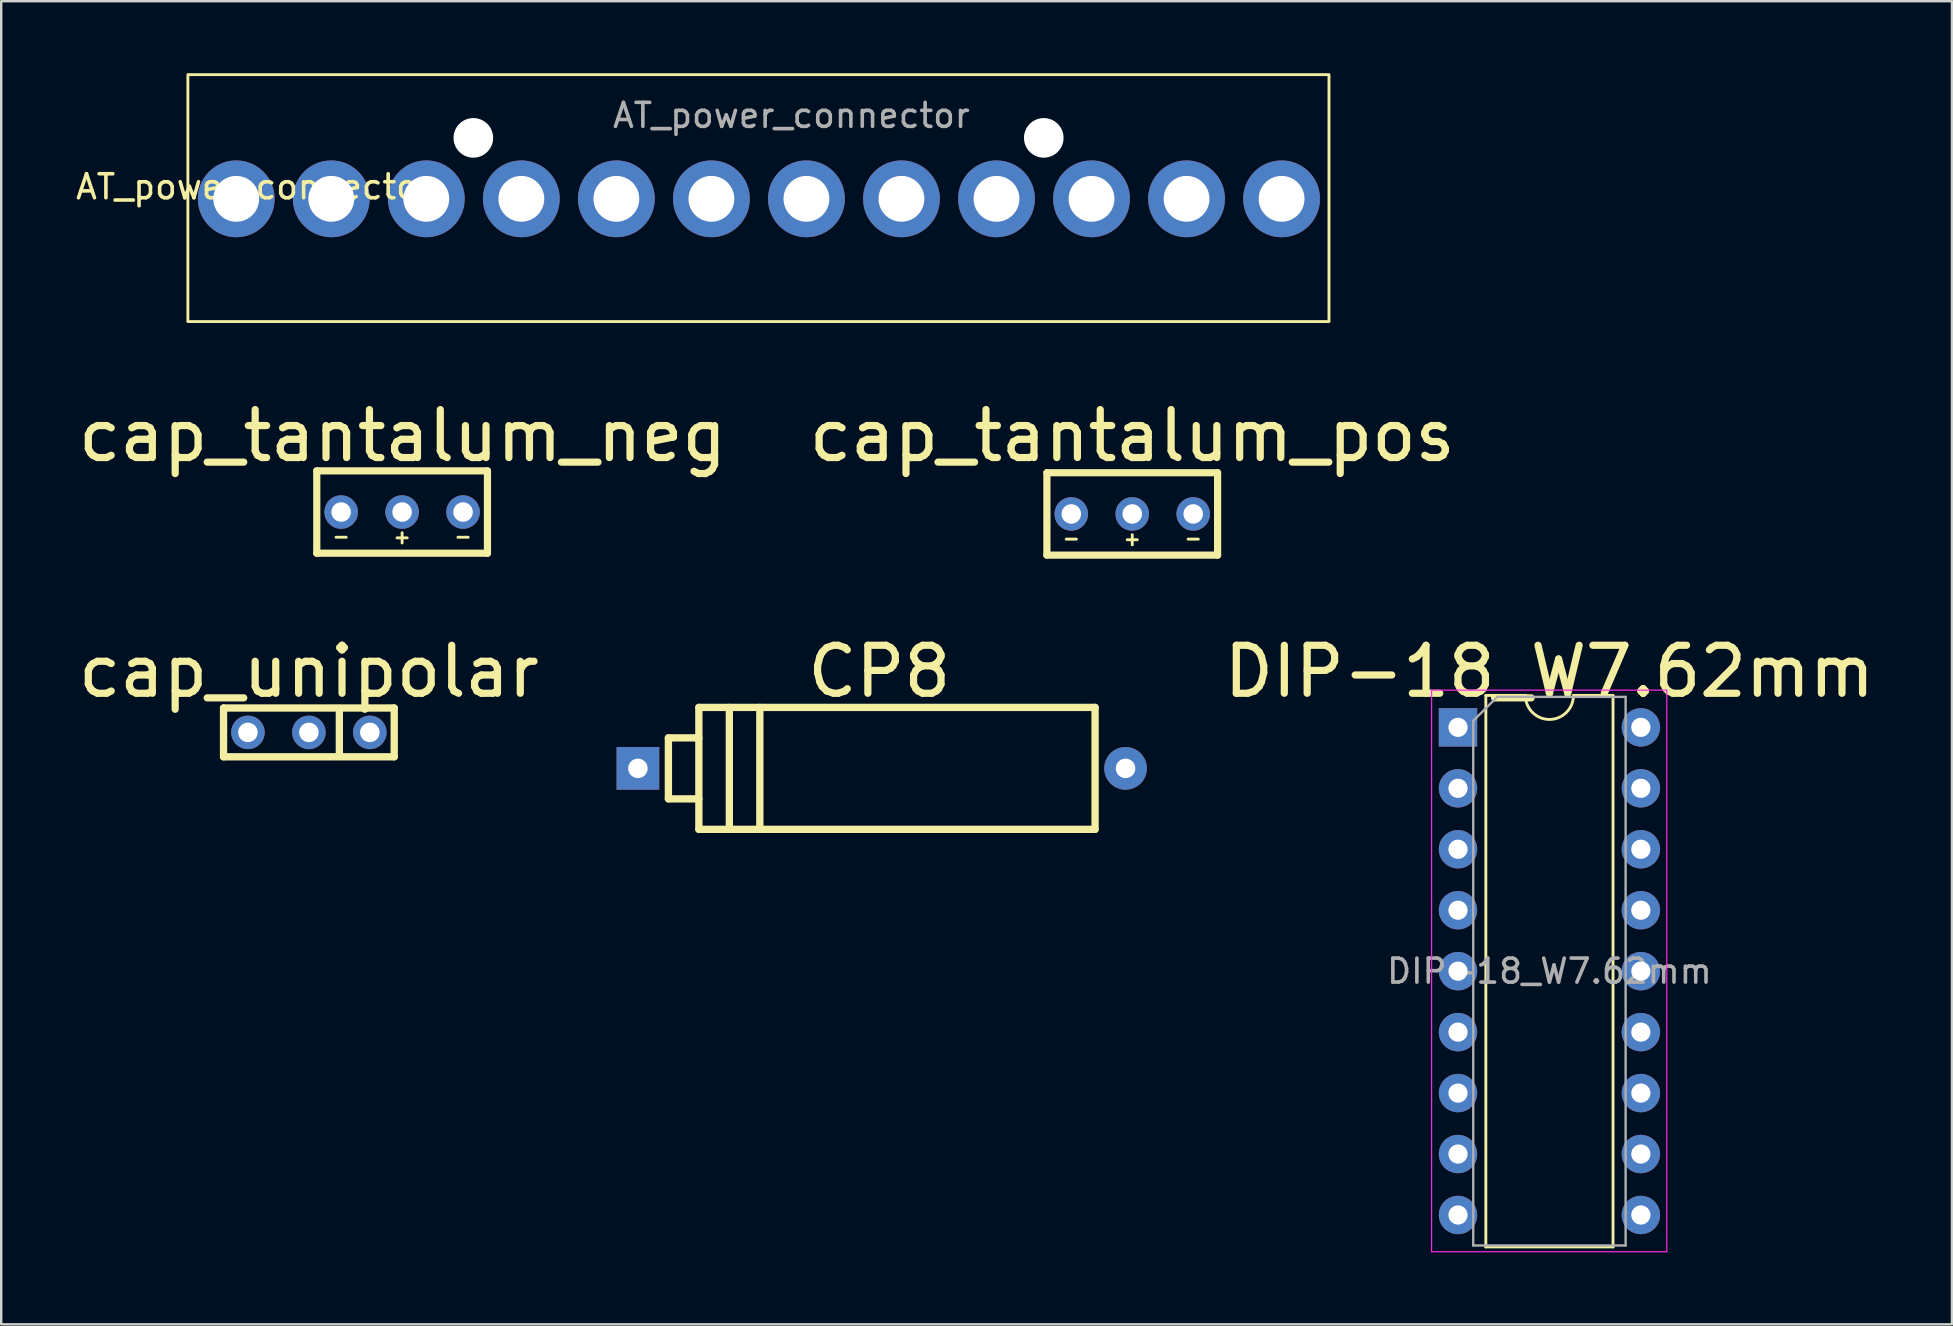
<source format=kicad_pcb>
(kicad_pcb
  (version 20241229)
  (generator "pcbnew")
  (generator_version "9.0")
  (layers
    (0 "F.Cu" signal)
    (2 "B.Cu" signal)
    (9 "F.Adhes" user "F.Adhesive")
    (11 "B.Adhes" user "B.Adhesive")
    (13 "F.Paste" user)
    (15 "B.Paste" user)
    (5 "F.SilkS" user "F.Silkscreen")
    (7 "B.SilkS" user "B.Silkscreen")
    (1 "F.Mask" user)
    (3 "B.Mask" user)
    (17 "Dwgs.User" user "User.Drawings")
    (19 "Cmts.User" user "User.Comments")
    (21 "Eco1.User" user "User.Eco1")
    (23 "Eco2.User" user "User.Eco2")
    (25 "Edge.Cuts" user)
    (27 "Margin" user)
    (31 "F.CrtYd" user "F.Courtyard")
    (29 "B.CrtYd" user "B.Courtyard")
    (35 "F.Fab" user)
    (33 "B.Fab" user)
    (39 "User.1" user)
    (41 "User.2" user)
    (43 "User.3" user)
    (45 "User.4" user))
  (footprint "cap_unipolar"
    (layer "F.Cu")
    (at 9.821 27.469)
    (property "Reference" "cap_unipolar" (at 0 -2.54 180) (layer "F.SilkS") (effects (font (size 2 2) (thickness 0.3))))
    (attr through_hole)
    (fp_line (start -3.556 -1.016) (end 3.556 -1.016) (stroke (width 0.305) (type solid)) (layer "F.SilkS"))
    (fp_line (start -3.556 1.016) (end -3.556 -1.016) (stroke (width 0.305) (type solid)) (layer "F.SilkS"))
    (fp_line (start 1.27 1) (end 1.27 -1) (stroke (width 0.305) (type default)) (layer "F.SilkS"))
    (fp_line (start 3.556 -1.016) (end 3.556 1.016) (stroke (width 0.305) (type solid)) (layer "F.SilkS"))
    (fp_line (start 3.556 1.016) (end -3.556 1.016) (stroke (width 0.305) (type solid)) (layer "F.SilkS"))
    (pad "1" thru_hole circle (at -2.54 0 180) (size 1.397 1.397) (drill 0.813) (layers "*.Cu" "*.Mask"))
    (pad "2" thru_hole circle (at 0 0 180) (size 1.397 1.397) (drill 0.813) (layers "*.Cu" "*.Mask"))
    (pad "2" thru_hole circle (at 2.54 0 180) (size 1.397 1.397) (drill 0.813) (layers "*.Cu" "*.Mask")))
  (footprint "DIP-18_W7.62mm"
    (layer "F.Cu")
    (at 57.705 27.259)
    (property "Reference" "DIP-18_W7.62mm" (at 3.81 -2.33 0) (layer "F.SilkS") (effects (font (size 2 2) (thickness 0.3))))
    (attr through_hole)
    (fp_line (start 1.16 -1.33) (end 1.16 21.65) (stroke (width 0.12) (type solid)) (layer "F.SilkS"))
    (fp_line (start 1.16 21.65) (end 6.46 21.65) (stroke (width 0.12) (type solid)) (layer "F.SilkS"))
    (fp_line (start 2.81 -1.33) (end 1.16 -1.33) (stroke (width 0.12) (type solid)) (layer "F.SilkS"))
    (fp_line (start 6.46 -1.33) (end 4.81 -1.33) (stroke (width 0.12) (type solid)) (layer "F.SilkS"))
    (fp_line (start 6.46 21.65) (end 6.46 -1.33) (stroke (width 0.12) (type solid)) (layer "F.SilkS"))
    (fp_arc (start 4.81 -1.33) (mid 3.81 -0.33) (end 2.81 -1.33) (stroke (width 0.12) (type solid)) (layer "F.SilkS"))
    (fp_line (start -1.1 -1.55) (end -1.1 21.85) (stroke (width 0.05) (type solid)) (layer "F.CrtYd"))
    (fp_line (start -1.1 21.85) (end 8.7 21.85) (stroke (width 0.05) (type solid)) (layer "F.CrtYd"))
    (fp_line (start 8.7 -1.55) (end -1.1 -1.55) (stroke (width 0.05) (type solid)) (layer "F.CrtYd"))
    (fp_line (start 8.7 21.85) (end 8.7 -1.55) (stroke (width 0.05) (type solid)) (layer "F.CrtYd"))
    (fp_line (start 0.635 -0.27) (end 1.635 -1.27) (stroke (width 0.1) (type solid)) (layer "F.Fab"))
    (fp_line (start 0.635 21.59) (end 0.635 -0.27) (stroke (width 0.1) (type solid)) (layer "F.Fab"))
    (fp_line (start 1.635 -1.27) (end 6.985 -1.27) (stroke (width 0.1) (type solid)) (layer "F.Fab"))
    (fp_line (start 6.985 -1.27) (end 6.985 21.59) (stroke (width 0.1) (type solid)) (layer "F.Fab"))
    (fp_line (start 6.985 21.59) (end 0.635 21.59) (stroke (width 0.1) (type solid)) (layer "F.Fab"))
    (fp_text user "${REFERENCE}" (at 3.81 10.16 0) (layer "F.Fab") (effects (font (size 1 1) (thickness 0.15))))
    (pad "1" thru_hole rect (at 0 0) (size 1.6 1.6) (drill 0.8) (layers "*.Cu" "*.Mask"))
    (pad "2" thru_hole oval (at 0 2.54) (size 1.6 1.6) (drill 0.8) (layers "*.Cu" "*.Mask"))
    (pad "3" thru_hole oval (at 0 5.08) (size 1.6 1.6) (drill 0.8) (layers "*.Cu" "*.Mask"))
    (pad "4" thru_hole oval (at 0 7.62) (size 1.6 1.6) (drill 0.8) (layers "*.Cu" "*.Mask"))
    (pad "5" thru_hole oval (at 0 10.16) (size 1.6 1.6) (drill 0.8) (layers "*.Cu" "*.Mask"))
    (pad "6" thru_hole oval (at 0 12.7) (size 1.6 1.6) (drill 0.8) (layers "*.Cu" "*.Mask"))
    (pad "7" thru_hole oval (at 0 15.24) (size 1.6 1.6) (drill 0.8) (layers "*.Cu" "*.Mask"))
    (pad "8" thru_hole oval (at 0 17.78) (size 1.6 1.6) (drill 0.8) (layers "*.Cu" "*.Mask"))
    (pad "9" thru_hole oval (at 0 20.32) (size 1.6 1.6) (drill 0.8) (layers "*.Cu" "*.Mask"))
    (pad "10" thru_hole oval (at 7.62 20.32) (size 1.6 1.6) (drill 0.8) (layers "*.Cu" "*.Mask"))
    (pad "11" thru_hole oval (at 7.62 17.78) (size 1.6 1.6) (drill 0.8) (layers "*.Cu" "*.Mask"))
    (pad "12" thru_hole oval (at 7.62 15.24) (size 1.6 1.6) (drill 0.8) (layers "*.Cu" "*.Mask"))
    (pad "13" thru_hole oval (at 7.62 12.7) (size 1.6 1.6) (drill 0.8) (layers "*.Cu" "*.Mask"))
    (pad "14" thru_hole oval (at 7.62 10.16) (size 1.6 1.6) (drill 0.8) (layers "*.Cu" "*.Mask"))
    (pad "15" thru_hole oval (at 7.62 7.62) (size 1.6 1.6) (drill 0.8) (layers "*.Cu" "*.Mask"))
    (pad "16" thru_hole oval (at 7.62 5.08) (size 1.6 1.6) (drill 0.8) (layers "*.Cu" "*.Mask"))
    (pad "17" thru_hole oval (at 7.62 2.54) (size 1.6 1.6) (drill 0.8) (layers "*.Cu" "*.Mask"))
    (pad "18" thru_hole oval (at 7.62 0) (size 1.6 1.6) (drill 0.8) (layers "*.Cu" "*.Mask")))
  (footprint "AT_power_connector"
    (layer "F.Cu")
    (at 7.554 5.235)
    (property "Reference" "AT_power_connector" (at 0 -0.5 0) (unlocked yes) (layer "F.SilkS") (effects (font (size 1 1) (thickness 0.15))))
    (attr through_hole)
    (fp_rect (start 44.775 5.115) (end -2.775 -5.175) (stroke (width 0.12) (type default)) (fill no) (layer "F.SilkS"))
    (fp_text user "${REFERENCE}" (at 22.375 -3.475 0) (unlocked yes) (layer "F.Fab") (effects (font (size 1 1) (thickness 0.15))))
    (pad "" np_thru_hole circle (at 9.12 -2.54) (size 1.65 1.65) (drill 1.65) (layers "*.Cu" "*.Mask"))
    (pad "" np_thru_hole circle (at 32.89 -2.54) (size 1.65 1.65) (drill 1.65) (layers "*.Cu" "*.Mask"))
    (pad "1" thru_hole circle (at -0.76 0) (size 3.2 3.2) (drill 1.91) (layers "*.Cu" "*.Mask"))
    (pad "2" thru_hole circle (at 3.2 0) (size 3.2 3.2) (drill 1.91) (layers "*.Cu" "*.Mask"))
    (pad "3" thru_hole circle (at 7.16 0) (size 3.2 3.2) (drill 1.91) (layers "*.Cu" "*.Mask"))
    (pad "4" thru_hole circle (at 11.12 0) (size 3.2 3.2) (drill 1.91) (layers "*.Cu" "*.Mask"))
    (pad "5" thru_hole circle (at 15.08 0) (size 3.2 3.2) (drill 1.91) (layers "*.Cu" "*.Mask"))
    (pad "6" thru_hole circle (at 19.04 0) (size 3.2 3.2) (drill 1.91) (layers "*.Cu" "*.Mask"))
    (pad "7" thru_hole circle (at 23 0) (size 3.2 3.2) (drill 1.91) (layers "*.Cu" "*.Mask"))
    (pad "8" thru_hole circle (at 26.96 0) (size 3.2 3.2) (drill 1.91) (layers "*.Cu" "*.Mask"))
    (pad "9" thru_hole circle (at 30.92 0) (size 3.2 3.2) (drill 1.91) (layers "*.Cu" "*.Mask"))
    (pad "10" thru_hole circle (at 34.88 0) (size 3.2 3.2) (drill 1.91) (layers "*.Cu" "*.Mask"))
    (pad "11" thru_hole circle (at 38.84 0) (size 3.2 3.2) (drill 1.91) (layers "*.Cu" "*.Mask"))
    (pad "12" thru_hole circle (at 42.8 0) (size 3.2 3.2) (drill 1.91) (layers "*.Cu" "*.Mask")))
  (footprint "CP8"
    (layer "F.Cu")
    (at 33.692 28.968)
    (property "Reference" "CP8" (at -0.102 -4.039 0) (layer "F.SilkS") (effects (font (size 2 2) (thickness 0.3))))
    (attr through_hole)
    (fp_line (start -8.89 -1.27) (end -7.62 -1.27) (stroke (width 0.305) (type solid)) (layer "F.SilkS"))
    (fp_line (start -8.89 1.27) (end -8.89 -1.27) (stroke (width 0.305) (type solid)) (layer "F.SilkS"))
    (fp_line (start -7.62 -2.54) (end 8.89 -2.54) (stroke (width 0.305) (type solid)) (layer "F.SilkS"))
    (fp_line (start -7.62 1.27) (end -8.89 1.27) (stroke (width 0.305) (type solid)) (layer "F.SilkS"))
    (fp_line (start -7.62 2.54) (end -7.62 -2.54) (stroke (width 0.305) (type solid)) (layer "F.SilkS"))
    (fp_line (start -6.35 2.54) (end -6.35 -2.54) (stroke (width 0.305) (type solid)) (layer "F.SilkS"))
    (fp_line (start -5.08 -2.54) (end -5.08 2.54) (stroke (width 0.305) (type solid)) (layer "F.SilkS"))
    (fp_line (start 8.89 -2.54) (end 8.89 2.54) (stroke (width 0.305) (type solid)) (layer "F.SilkS"))
    (fp_line (start 8.89 2.54) (end -7.62 2.54) (stroke (width 0.305) (type solid)) (layer "F.SilkS"))
    (pad "1" thru_hole rect (at -10.16 0) (size 1.778 1.778) (drill 0.813) (layers "*.Cu" "*.Mask"))
    (pad "2" thru_hole circle (at 10.16 0) (size 1.778 1.778) (drill 0.813) (layers "*.Cu" "*.Mask")))
  (footprint "cap_tantalum_pos"
    (layer "F.Cu")
    (at 44.131 18.366)
    (property "Reference" "cap_tantalum_pos" (at 0 -3.26 0) (layer "F.SilkS") (effects (font (size 2 2) (thickness 0.3))))
    (attr through_hole)
    (fp_line (start -3.556 -1.716) (end 3.556 -1.716) (stroke (width 0.3) (type solid)) (layer "F.SilkS"))
    (fp_line (start -3.556 1.716) (end -3.556 -1.716) (stroke (width 0.3) (type solid)) (layer "F.SilkS"))
    (fp_line (start -2.752 1.05) (end -2.328 1.05) (stroke (width 0.12) (type default)) (layer "F.SilkS"))
    (fp_line (start -0.212 1.075) (end 0.212 1.075) (stroke (width 0.12) (type default)) (layer "F.SilkS"))
    (fp_line (start 0 1.288) (end 0 0.863) (stroke (width 0.12) (type default)) (layer "F.SilkS"))
    (fp_line (start 2.328 1.05) (end 2.752 1.05) (stroke (width 0.12) (type default)) (layer "F.SilkS"))
    (fp_line (start 3.556 -1.716) (end 3.556 1.716) (stroke (width 0.3) (type solid)) (layer "F.SilkS"))
    (fp_line (start 3.556 1.716) (end -3.556 1.716) (stroke (width 0.3) (type solid)) (layer "F.SilkS"))
    (pad "1" thru_hole circle (at 0 0) (size 1.397 1.397) (drill 0.813) (layers "*.Cu" "*.Mask"))
    (pad "2" thru_hole circle (at -2.54 0) (size 1.397 1.397) (drill 0.813) (layers "*.Cu" "*.Mask"))
    (pad "2" thru_hole circle (at 2.54 0) (size 1.397 1.397) (drill 0.813) (layers "*.Cu" "*.Mask")))
  (footprint "cap_tantalum_neg"
    (layer "F.Cu")
    (at 13.706 18.287)
    (property "Reference" "cap_tantalum_neg" (at 0.02 -3.18 0) (layer "F.SilkS") (effects (font (size 2 2) (thickness 0.3))))
    (attr through_hole)
    (fp_line (start -3.556 -1.716) (end 3.556 -1.716) (stroke (width 0.3) (type solid)) (layer "F.SilkS"))
    (fp_line (start -3.556 1.716) (end -3.556 -1.716) (stroke (width 0.3) (type solid)) (layer "F.SilkS"))
    (fp_line (start -2.752 1.05) (end -2.328 1.05) (stroke (width 0.12) (type default)) (layer "F.SilkS"))
    (fp_line (start -0.212 1.075) (end 0.212 1.075) (stroke (width 0.12) (type default)) (layer "F.SilkS"))
    (fp_line (start 0 1.288) (end 0 0.863) (stroke (width 0.12) (type default)) (layer "F.SilkS"))
    (fp_line (start 2.328 1.05) (end 2.752 1.05) (stroke (width 0.12) (type default)) (layer "F.SilkS"))
    (fp_line (start 3.556 -1.716) (end 3.556 1.716) (stroke (width 0.3) (type solid)) (layer "F.SilkS"))
    (fp_line (start 3.556 1.716) (end -3.556 1.716) (stroke (width 0.3) (type solid)) (layer "F.SilkS"))
    (pad "1" thru_hole circle (at 0 0) (size 1.397 1.397) (drill 0.813) (layers "*.Cu" "*.Mask"))
    (pad "2" thru_hole circle (at -2.54 0) (size 1.397 1.397) (drill 0.813) (layers "*.Cu" "*.Mask"))
    (pad "2" thru_hole circle (at 2.54 0) (size 1.397 1.397) (drill 0.813) (layers "*.Cu" "*.Mask")))
  (gr_rect
    (start -3 -3)
    (end 78.288 52.134)
    (stroke (width 0.1) (type default))
    (fill no)
    (layer "Edge.Cuts")))
</source>
